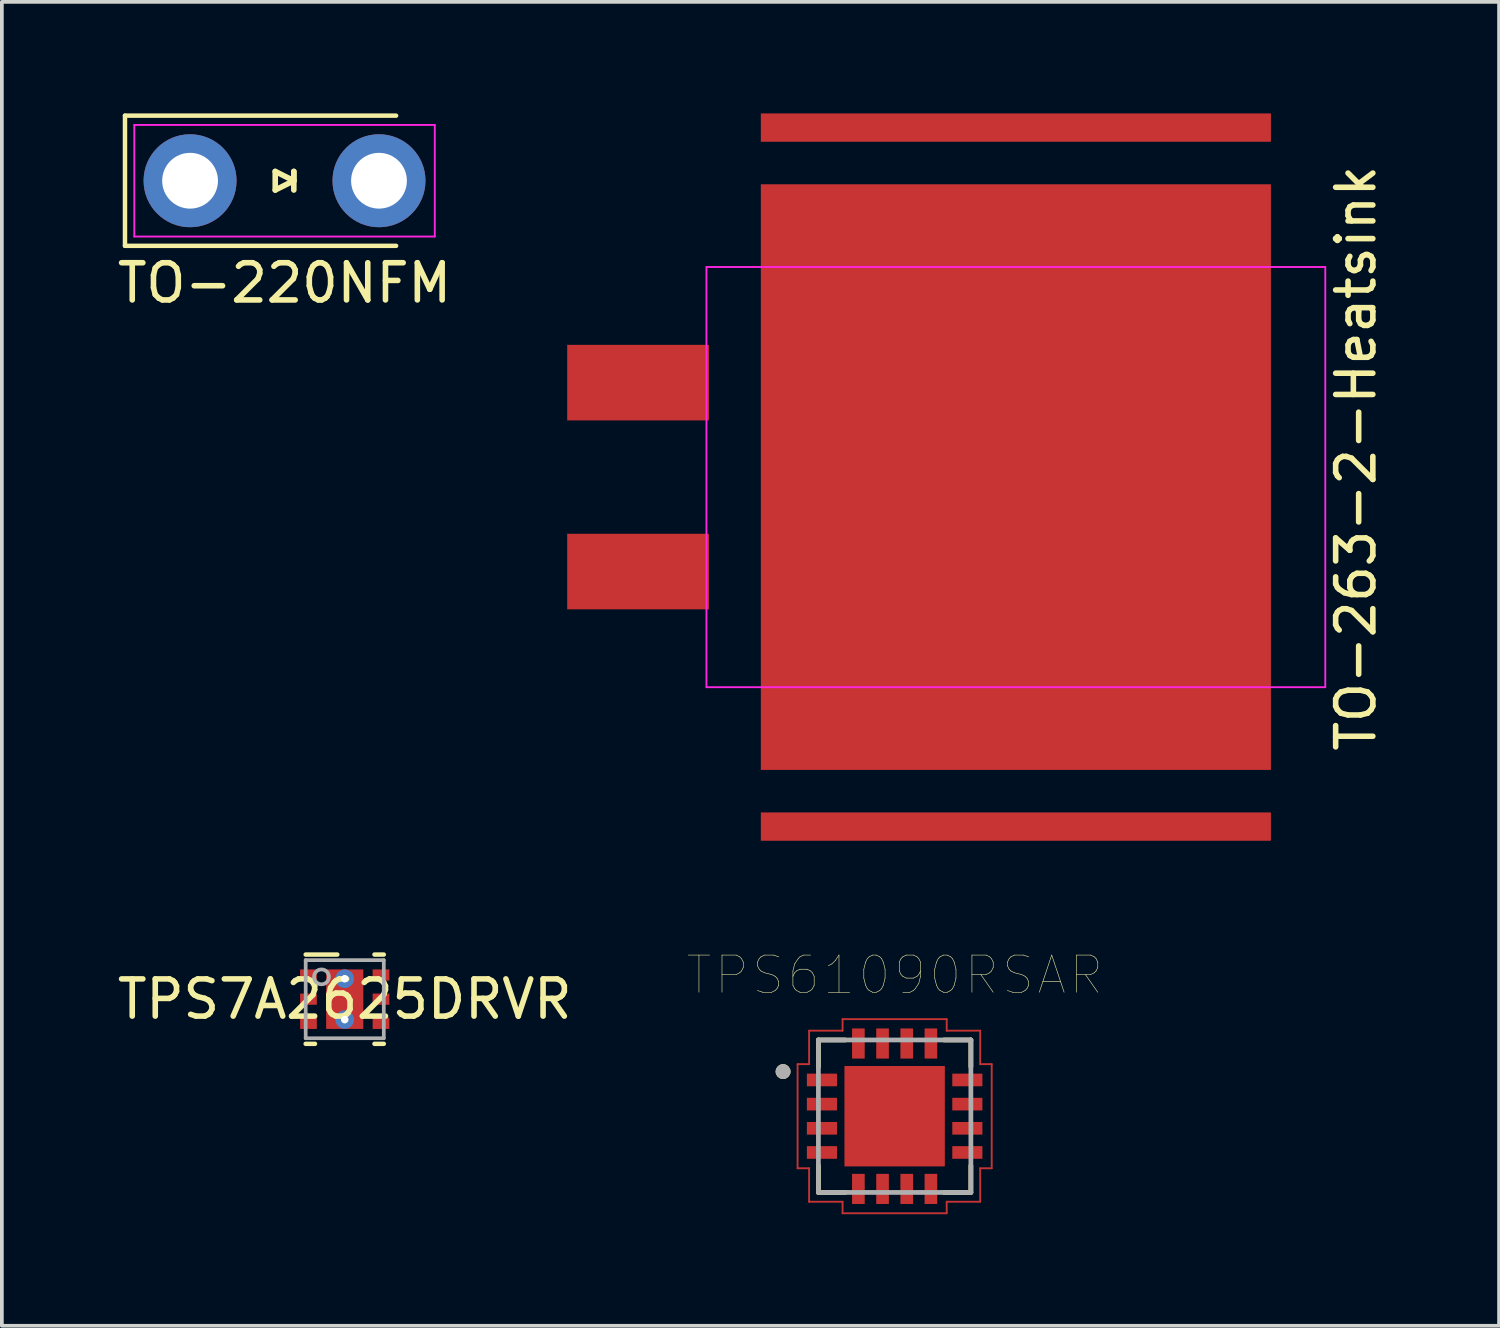
<source format=kicad_pcb>
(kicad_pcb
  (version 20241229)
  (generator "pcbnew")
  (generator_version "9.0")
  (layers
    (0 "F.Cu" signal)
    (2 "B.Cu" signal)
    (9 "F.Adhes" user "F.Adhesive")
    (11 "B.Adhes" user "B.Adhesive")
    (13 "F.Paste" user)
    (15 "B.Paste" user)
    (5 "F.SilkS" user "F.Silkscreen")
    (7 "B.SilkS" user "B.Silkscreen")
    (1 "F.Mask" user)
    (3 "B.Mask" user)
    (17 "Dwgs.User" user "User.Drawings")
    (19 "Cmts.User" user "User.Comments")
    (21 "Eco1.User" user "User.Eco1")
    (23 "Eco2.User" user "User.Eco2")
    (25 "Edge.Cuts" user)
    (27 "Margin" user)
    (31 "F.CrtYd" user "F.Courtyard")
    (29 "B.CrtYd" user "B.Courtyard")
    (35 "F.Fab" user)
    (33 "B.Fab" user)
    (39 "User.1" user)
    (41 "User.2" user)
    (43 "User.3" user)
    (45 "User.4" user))
  (footprint "TPS61090RSAR"
    (layer "F.Cu")
    (at 21.007 26.965)
    (property "Reference" "TPS61090RSAR" (at 0.005 -3.795 0) (layer "F.SilkS") (effects (font (size 1.001 1.001) (thickness 0.015))))
    (attr through_hole)
    (fp_line (start -2.61 -1.4) (end -2.3 -1.4) (stroke (width 0.05) (type solid)) (layer "F.Cu"))
    (fp_line (start -2.61 1.4) (end -2.61 -1.4) (stroke (width 0.05) (type solid)) (layer "F.Cu"))
    (fp_line (start -2.3 -2.3) (end -1.4 -2.3) (stroke (width 0.05) (type solid)) (layer "F.Cu"))
    (fp_line (start -2.3 -1.4) (end -2.3 -2.3) (stroke (width 0.05) (type solid)) (layer "F.Cu"))
    (fp_line (start -2.3 1.4) (end -2.61 1.4) (stroke (width 0.05) (type solid)) (layer "F.Cu"))
    (fp_line (start -2.3 2.3) (end -2.3 1.4) (stroke (width 0.05) (type solid)) (layer "F.Cu"))
    (fp_line (start -1.4 -2.61) (end 1.4 -2.61) (stroke (width 0.05) (type solid)) (layer "F.Cu"))
    (fp_line (start -1.4 -2.3) (end -1.4 -2.61) (stroke (width 0.05) (type solid)) (layer "F.Cu"))
    (fp_line (start -1.4 2.3) (end -2.3 2.3) (stroke (width 0.05) (type solid)) (layer "F.Cu"))
    (fp_line (start -1.4 2.61) (end -1.4 2.3) (stroke (width 0.05) (type solid)) (layer "F.Cu"))
    (fp_line (start 1.4 -2.61) (end 1.4 -2.3) (stroke (width 0.05) (type solid)) (layer "F.Cu"))
    (fp_line (start 1.4 -2.3) (end 2.3 -2.3) (stroke (width 0.05) (type solid)) (layer "F.Cu"))
    (fp_line (start 1.4 2.3) (end 1.4 2.61) (stroke (width 0.05) (type solid)) (layer "F.Cu"))
    (fp_line (start 1.4 2.61) (end -1.4 2.61) (stroke (width 0.05) (type solid)) (layer "F.Cu"))
    (fp_line (start 2.3 -2.3) (end 2.3 -1.4) (stroke (width 0.05) (type solid)) (layer "F.Cu"))
    (fp_line (start 2.3 -1.4) (end 2.61 -1.4) (stroke (width 0.05) (type solid)) (layer "F.Cu"))
    (fp_line (start 2.3 1.4) (end 2.3 2.3) (stroke (width 0.05) (type solid)) (layer "F.Cu"))
    (fp_line (start 2.3 2.3) (end 1.4 2.3) (stroke (width 0.05) (type solid)) (layer "F.Cu"))
    (fp_line (start 2.61 -1.4) (end 2.61 1.4) (stroke (width 0.05) (type solid)) (layer "F.Cu"))
    (fp_line (start 2.61 1.4) (end 2.3 1.4) (stroke (width 0.05) (type solid)) (layer "F.Cu"))
    (fp_line (start -2.05 -2.05) (end -2.05 -1.33) (stroke (width 0.127) (type solid)) (layer "F.SilkS"))
    (fp_line (start -2.05 1.33) (end -2.05 2.05) (stroke (width 0.127) (type solid)) (layer "F.SilkS"))
    (fp_line (start -2.05 2.05) (end -1.33 2.05) (stroke (width 0.127) (type solid)) (layer "F.SilkS"))
    (fp_line (start -1.33 -2.05) (end -2.05 -2.05) (stroke (width 0.127) (type solid)) (layer "F.SilkS"))
    (fp_line (start 1.33 2.05) (end 2.05 2.05) (stroke (width 0.127) (type solid)) (layer "F.SilkS"))
    (fp_line (start 2.05 -2.05) (end 1.33 -2.05) (stroke (width 0.127) (type solid)) (layer "F.SilkS"))
    (fp_line (start 2.05 -1.33) (end 2.05 -2.05) (stroke (width 0.127) (type solid)) (layer "F.SilkS"))
    (fp_line (start 2.05 2.05) (end 2.05 1.33) (stroke (width 0.127) (type solid)) (layer "F.SilkS"))
    (fp_circle (center -3 -1.2) (end -2.9 -1.2) (stroke (width 0.2) (type solid)) (fill no) (layer "F.SilkS"))
    (fp_poly (pts (xy -0.853 -0.853) (xy 0.853 -0.853) (xy 0.853 0.853) (xy -0.853 0.853)) (stroke (width 0.01) (type solid)) (fill yes) (layer "F.Paste"))
    (fp_line (start -2.05 -2.05) (end -2.05 2.05) (stroke (width 0.127) (type solid)) (layer "F.Fab"))
    (fp_line (start -2.05 2.05) (end 2.05 2.05) (stroke (width 0.127) (type solid)) (layer "F.Fab"))
    (fp_line (start 2.05 -2.05) (end -2.05 -2.05) (stroke (width 0.127) (type solid)) (layer "F.Fab"))
    (fp_line (start 2.05 2.05) (end 2.05 -2.05) (stroke (width 0.127) (type solid)) (layer "F.Fab"))
    (fp_circle (center -3 -1.2) (end -2.9 -1.2) (stroke (width 0.2) (type solid)) (fill no) (layer "F.Fab"))
    (pad "1" smd rect (at -1.955 -0.975) (size 0.81 0.34) (layers "F.Cu" "F.Mask" "F.Paste"))
    (pad "2" smd rect (at -1.955 -0.325) (size 0.81 0.34) (layers "F.Cu" "F.Mask" "F.Paste"))
    (pad "3" smd rect (at -1.955 0.325) (size 0.81 0.34) (layers "F.Cu" "F.Mask" "F.Paste"))
    (pad "4" smd rect (at -1.955 0.975) (size 0.81 0.34) (layers "F.Cu" "F.Mask" "F.Paste"))
    (pad "5" smd rect (at -0.975 1.955) (size 0.34 0.81) (layers "F.Cu" "F.Mask" "F.Paste"))
    (pad "6" smd rect (at -0.325 1.955) (size 0.34 0.81) (layers "F.Cu" "F.Mask" "F.Paste"))
    (pad "7" smd rect (at 0.325 1.955) (size 0.34 0.81) (layers "F.Cu" "F.Mask" "F.Paste"))
    (pad "8" smd rect (at 0.975 1.955) (size 0.34 0.81) (layers "F.Cu" "F.Mask" "F.Paste"))
    (pad "9" smd rect (at 1.955 0.975) (size 0.81 0.34) (layers "F.Cu" "F.Mask" "F.Paste"))
    (pad "10" smd rect (at 1.955 0.325) (size 0.81 0.34) (layers "F.Cu" "F.Mask" "F.Paste"))
    (pad "11" smd rect (at 1.955 -0.325) (size 0.81 0.34) (layers "F.Cu" "F.Mask" "F.Paste"))
    (pad "12" smd rect (at 1.955 -0.975) (size 0.81 0.34) (layers "F.Cu" "F.Mask" "F.Paste"))
    (pad "13" smd rect (at 0.975 -1.955) (size 0.34 0.81) (layers "F.Cu" "F.Mask" "F.Paste"))
    (pad "14" smd rect (at 0.325 -1.955) (size 0.34 0.81) (layers "F.Cu" "F.Mask" "F.Paste"))
    (pad "15" smd rect (at -0.325 -1.955) (size 0.34 0.81) (layers "F.Cu" "F.Mask" "F.Paste"))
    (pad "16" smd rect (at -0.975 -1.955) (size 0.34 0.81) (layers "F.Cu" "F.Mask" "F.Paste"))
    (pad "17" smd rect (at 0 0) (size 2.7 2.7) (layers "F.Cu" "F.Mask")))
  (footprint "TPS7A2625DRVR"
    (layer "F.Cu")
    (at 6.22 23.818)
    (property "Reference" "TPS7A2625DRVR" (at 0 0 0) (layer "F.SilkS") (effects (font (size 1 1) (thickness 0.15))))
    (attr through_hole)
    (fp_line (start -1.05 -1.2) (end -0.2 -1.2) (stroke (width 0.12) (type solid)) (layer "F.SilkS"))
    (fp_line (start -1.05 1.2) (end -0.8 1.2) (stroke (width 0.12) (type solid)) (layer "F.SilkS"))
    (fp_line (start 0.8 -1.2) (end 1.05 -1.2) (stroke (width 0.12) (type solid)) (layer "F.SilkS"))
    (fp_line (start 0.8 1.2) (end 1.05 1.2) (stroke (width 0.12) (type solid)) (layer "F.SilkS"))
    (fp_poly (pts (xy -0.5 -0.149) (xy -0.5 -0.751) (xy -0.499 -0.761) (xy -0.496 -0.77) (xy -0.492 -0.778) (xy -0.486 -0.786) (xy -0.478 -0.792) (xy -0.47 -0.796) (xy -0.461 -0.799) (xy -0.451 -0.8) (xy 0.451 -0.8) (xy 0.461 -0.799) (xy 0.47 -0.796) (xy 0.478 -0.792) (xy 0.486 -0.786) (xy 0.492 -0.778) (xy 0.496 -0.77) (xy 0.499 -0.761) (xy 0.5 -0.751) (xy 0.5 -0.149) (xy 0.499 -0.139) (xy 0.496 -0.13) (xy 0.492 -0.122) (xy 0.486 -0.114) (xy 0.478 -0.108) (xy 0.47 -0.104) (xy 0.461 -0.101) (xy 0.451 -0.1) (xy -0.451 -0.1) (xy -0.461 -0.101) (xy -0.47 -0.104) (xy -0.478 -0.108) (xy -0.486 -0.114) (xy -0.492 -0.122) (xy -0.496 -0.13) (xy -0.499 -0.139)) (stroke (width 0.1) (type solid)) (fill yes) (layer "F.Paste"))
    (fp_poly (pts (xy -0.5 0.751) (xy -0.5 0.149) (xy -0.499 0.139) (xy -0.496 0.13) (xy -0.492 0.122) (xy -0.486 0.114) (xy -0.478 0.108) (xy -0.47 0.104) (xy -0.461 0.101) (xy -0.451 0.1) (xy 0.451 0.1) (xy 0.461 0.101) (xy 0.47 0.104) (xy 0.478 0.108) (xy 0.486 0.114) (xy 0.492 0.122) (xy 0.496 0.13) (xy 0.499 0.139) (xy 0.5 0.149) (xy 0.5 0.751) (xy 0.499 0.761) (xy 0.496 0.77) (xy 0.492 0.778) (xy 0.486 0.786) (xy 0.478 0.792) (xy 0.47 0.796) (xy 0.461 0.799) (xy 0.451 0.8) (xy -0.451 0.8) (xy -0.461 0.799) (xy -0.47 0.796) (xy -0.478 0.792) (xy -0.486 0.786) (xy -0.492 0.778) (xy -0.496 0.77) (xy -0.499 0.761)) (stroke (width 0.1) (type solid)) (fill yes) (layer "F.Paste"))
    (fp_line (start -1.05 -1.05) (end 1.05 -1.05) (stroke (width 0.1) (type solid)) (layer "F.Fab"))
    (fp_line (start -1.05 1.05) (end -1.05 -1.05) (stroke (width 0.1) (type solid)) (layer "F.Fab"))
    (fp_line (start -1.05 1.05) (end 1.05 1.05) (stroke (width 0.1) (type solid)) (layer "F.Fab"))
    (fp_line (start 1.05 1.05) (end 1.05 -1.05) (stroke (width 0.1) (type solid)) (layer "F.Fab"))
    (fp_circle (center -0.625 -0.6) (end -0.425 -0.6) (stroke (width 0.1) (type solid)) (fill no) (layer "F.Fab"))
    (pad "1" smd rect (at -0.975 -0.65 90) (size 0.3 0.45) (layers "F.Cu" "F.Mask" "F.Paste"))
    (pad "2" smd rect (at -0.975 0 90) (size 0.3 0.45) (layers "F.Cu" "F.Mask" "F.Paste"))
    (pad "3" smd rect (at -0.975 0.65 90) (size 0.3 0.45) (layers "F.Cu" "F.Mask" "F.Paste"))
    (pad "4" smd rect (at 0.975 0.65 90) (size 0.3 0.45) (layers "F.Cu" "F.Mask" "F.Paste"))
    (pad "5" smd rect (at 0.975 0 90) (size 0.3 0.45) (layers "F.Cu" "F.Mask" "F.Paste"))
    (pad "6" smd rect (at 0.975 -0.65 90) (size 0.3 0.45) (layers "F.Cu" "F.Mask" "F.Paste"))
    (pad "7" smd rect (at 0 0) (size 1 1.6) (layers "F.Cu" "F.Mask" "F.Paste"))
    (pad "V" thru_hole circle (at 0 -0.55) (size 0.5 0.5) (drill 0.203) (layers "*.Cu" "*.Mask"))
    (pad "V" thru_hole circle (at 0 0.55) (size 0.5 0.5) (drill 0.203) (layers "*.Cu" "*.Mask")))
  (footprint "TO-220NFM"
    (layer "F.Cu")
    (at 4.601 1.81)
    (property "Reference" "TO-220NFM" (at 0 2.75 0) (layer "F.SilkS") (effects (font (size 1 1) (thickness 0.15))))
    (attr through_hole)
    (fp_line (start -4.29 -1.75) (end 3 -1.75) (stroke (width 0.12) (type solid)) (layer "F.SilkS"))
    (fp_line (start -4.29 1.75) (end -4.29 -1.75) (stroke (width 0.12) (type solid)) (layer "F.SilkS"))
    (fp_line (start -0.25 -0.25) (end -0.25 0.25) (stroke (width 0.15) (type solid)) (layer "F.SilkS"))
    (fp_line (start -0.25 0.25) (end 0.25 0) (stroke (width 0.15) (type solid)) (layer "F.SilkS"))
    (fp_line (start 0.25 -0.25) (end 0.25 0.25) (stroke (width 0.15) (type solid)) (layer "F.SilkS"))
    (fp_line (start 0.25 0) (end -0.25 -0.25) (stroke (width 0.15) (type solid)) (layer "F.SilkS"))
    (fp_line (start 0.25 0) (end 0.25 -0.25) (stroke (width 0.15) (type solid)) (layer "F.SilkS"))
    (fp_line (start 3 1.75) (end -4.29 1.75) (stroke (width 0.12) (type solid)) (layer "F.SilkS"))
    (fp_line (start -4.04 -1.5) (end 4.04 -1.5) (stroke (width 0.05) (type solid)) (layer "F.CrtYd"))
    (fp_line (start -4.04 1.5) (end -4.04 -1.5) (stroke (width 0.05) (type solid)) (layer "F.CrtYd"))
    (fp_line (start 4.04 -1.5) (end 4.04 1.5) (stroke (width 0.05) (type solid)) (layer "F.CrtYd"))
    (fp_line (start 4.04 1.5) (end -4.04 1.5) (stroke (width 0.05) (type solid)) (layer "F.CrtYd"))
    (pad "1" thru_hole circle (at -2.54 0) (size 2.5 2.5) (drill 1.5) (layers "*.Cu" "*.Mask"))
    (pad "2" thru_hole circle (at 2.54 0) (size 2.5 2.5) (drill 1.5) (layers "*.Cu" "*.Mask")))
  (footprint "TO-263-2-Heatsink"
    (layer "F.Cu")
    (at 24.267 9.779)
    (property "Reference" "TO-263-2-Heatsink" (at 9.144 -0.508 90) (layer "F.SilkS") (effects (font (size 1 1) (thickness 0.15))))
    (attr smd)
    (fp_line (start -8.32 -5.65) (end -8.32 5.65) (stroke (width 0.05) (type solid)) (layer "F.CrtYd"))
    (fp_line (start -8.32 5.65) (end 8.32 5.65) (stroke (width 0.05) (type solid)) (layer "F.CrtYd"))
    (fp_line (start 8.32 -5.65) (end -8.32 -5.65) (stroke (width 0.05) (type solid)) (layer "F.CrtYd"))
    (fp_line (start 8.32 5.65) (end 8.32 -5.65) (stroke (width 0.05) (type solid)) (layer "F.CrtYd"))
    (pad "" smd rect (at 0 -9.398) (size 13.716 0.762) (layers "F.Cu" "F.Mask"))
    (pad "" smd rect (at 0 0) (size 13.716 15.748) (layers "F.Cu" "F.Mask" "F.Paste"))
    (pad "" smd rect (at 0 9.398) (size 13.716 0.762) (layers "F.Cu" "F.Mask"))
    (pad "1" smd rect (at -10.16 -2.54) (size 3.81 2.032) (layers "F.Cu" "F.Mask" "F.Paste"))
    (pad "2" smd rect (at -10.16 2.54) (size 3.81 2.032) (layers "F.Cu" "F.Mask" "F.Paste")))
  (gr_rect
    (start -3 -3)
    (end 37.26 32.6)
    (stroke (width 0.1) (type default))
    (fill no)
    (layer "Edge.Cuts")))
</source>
